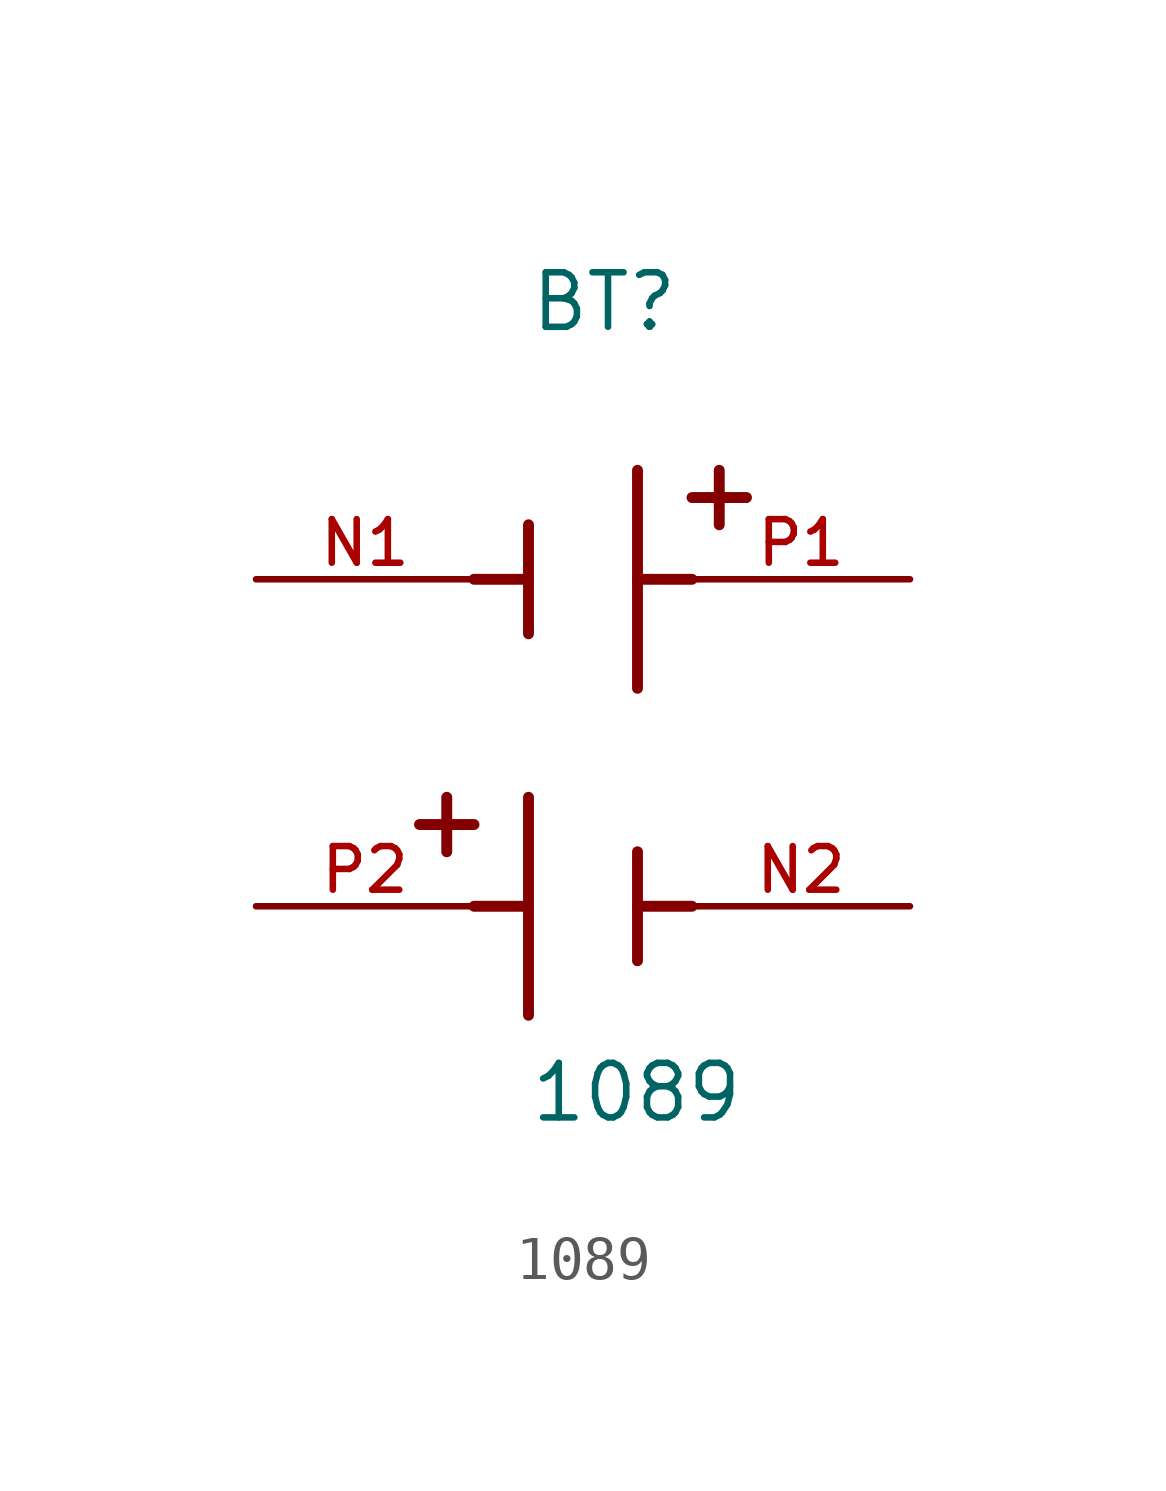
<source format=kicad_sym>
(kicad_symbol_lib
  (version 20231120)
  (generator "kicad_symbol_editor")
  (generator_version "8.0")
  (symbol "1089"
    (pin_names
      (offset 1.016))
    (property "Reference" "BT"
      (at -1.271 8.261 0)
      (effects (font (size 1.27 1.27)) (justify left bottom)))
    (property "Value" "1089"
      (at -1.27 -10.163 0)
      (effects (font (size 1.27 1.27)) (justify left bottom)))
    (symbol "1089_0_0"
      (polyline (pts (xy -3.81 -3.175) (xy -2.54 -3.175)) (stroke (width 0.254) (type default)) (fill (type none)))
      (polyline (pts (xy -3.175 -2.54) (xy -3.175 -3.81)) (stroke (width 0.254) (type default)) (fill (type none)))
      (polyline (pts (xy -1.27 -5.08) (xy -2.54 -5.08)) (stroke (width 0.254) (type default)) (fill (type none)))
      (polyline (pts (xy -1.27 -2.54) (xy -1.27 -7.62)) (stroke (width 0.254) (type default)) (fill (type none)))
      (polyline (pts (xy -1.27 2.54) (xy -2.54 2.54)) (stroke (width 0.254) (type default)) (fill (type none)))
      (polyline (pts (xy -1.27 2.54) (xy -1.27 1.27)) (stroke (width 0.254) (type default)) (fill (type none)))
      (polyline (pts (xy -1.27 3.81) (xy -1.27 2.54)) (stroke (width 0.254) (type default)) (fill (type none)))
      (polyline (pts (xy 1.27 -5.08) (xy 2.54 -5.08)) (stroke (width 0.254) (type default)) (fill (type none)))
      (polyline (pts (xy 1.27 -3.81) (xy 1.27 -6.35)) (stroke (width 0.254) (type default)) (fill (type none)))
      (polyline (pts (xy 1.27 2.54) (xy 1.27 0)) (stroke (width 0.254) (type default)) (fill (type none)))
      (polyline (pts (xy 1.27 2.54) (xy 2.54 2.54)) (stroke (width 0.254) (type default)) (fill (type none)))
      (polyline (pts (xy 1.27 5.08) (xy 1.27 2.54)) (stroke (width 0.254) (type default)) (fill (type none)))
      (polyline (pts (xy 3.175 5.08) (xy 3.175 3.81)) (stroke (width 0.254) (type default)) (fill (type none)))
      (polyline (pts (xy 3.81 4.445) (xy 2.54 4.445)) (stroke (width 0.254) (type default)) (fill (type none)))
      (pin passive line (at -7.62 2.54 0) (length 5.08) (name "~" (effects (font (size 1.016 1.016)))) (number "N1" (effects (font (size 1.016 1.016)))))
      (pin passive line (at 7.62 -5.08 180) (length 5.08) (name "~" (effects (font (size 1.016 1.016)))) (number "N2" (effects (font (size 1.016 1.016)))))
      (pin passive line (at 7.62 2.54 180) (length 5.08) (name "~" (effects (font (size 1.016 1.016)))) (number "P1" (effects (font (size 1.016 1.016)))))
      (pin passive line (at -7.62 -5.08 0) (length 5.08) (name "~" (effects (font (size 1.016 1.016)))) (number "P2" (effects (font (size 1.016 1.016))))))))
</source>
